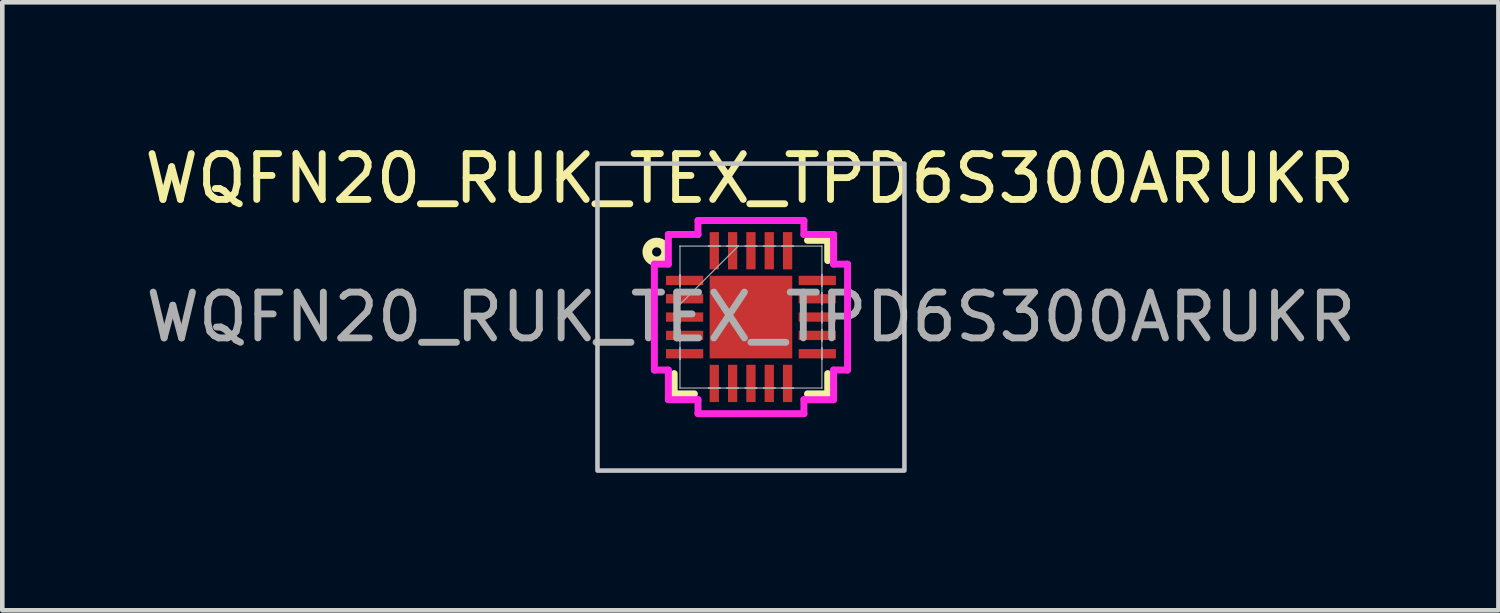
<source format=kicad_pcb>
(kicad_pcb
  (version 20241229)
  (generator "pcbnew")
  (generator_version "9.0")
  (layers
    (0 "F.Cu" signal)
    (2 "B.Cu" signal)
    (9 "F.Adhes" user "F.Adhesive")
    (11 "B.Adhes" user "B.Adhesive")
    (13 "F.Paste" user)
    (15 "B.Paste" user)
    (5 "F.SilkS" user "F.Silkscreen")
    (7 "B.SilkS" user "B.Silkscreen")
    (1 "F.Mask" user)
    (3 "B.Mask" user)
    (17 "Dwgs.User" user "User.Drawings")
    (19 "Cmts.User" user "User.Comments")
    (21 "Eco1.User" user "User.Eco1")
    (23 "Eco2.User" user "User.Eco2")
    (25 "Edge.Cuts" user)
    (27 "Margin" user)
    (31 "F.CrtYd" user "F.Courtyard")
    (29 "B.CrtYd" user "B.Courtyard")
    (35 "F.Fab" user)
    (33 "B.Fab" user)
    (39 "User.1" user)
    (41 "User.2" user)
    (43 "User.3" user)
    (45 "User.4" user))
  (footprint "WQFN20_RUK_TEX_TPD6S300ARUKR"
    (layer "F.Cu")
    (at 13.341 3.871)
    (property "Reference" "WQFN20_RUK_TEX_TPD6S300ARUKR" (at -0.025 -3.023 0) (unlocked yes) (layer "F.SilkS") (effects (font (size 1 1) (thickness 0.15))))
    (attr smd)
    (fp_line (start -1.676 1.234) (end -1.676 1.676) (stroke (width 0.152) (type solid)) (layer "F.SilkS"))
    (fp_line (start -1.676 1.676) (end -1.234 1.676) (stroke (width 0.152) (type solid)) (layer "F.SilkS"))
    (fp_line (start 1.234 1.676) (end 1.676 1.676) (stroke (width 0.152) (type solid)) (layer "F.SilkS"))
    (fp_line (start 1.676 -1.676) (end 1.234 -1.676) (stroke (width 0.152) (type solid)) (layer "F.SilkS"))
    (fp_line (start 1.676 -1.234) (end 1.676 -1.676) (stroke (width 0.152) (type solid)) (layer "F.SilkS"))
    (fp_line (start 1.676 1.676) (end 1.676 1.234) (stroke (width 0.152) (type solid)) (layer "F.SilkS"))
    (fp_circle (center -2.057 -1.422) (end -1.956 -1.422) (stroke (width 0.21) (type default)) (fill no) (layer "F.SilkS"))
    (fp_rect (start -3.35 -3.35) (end 3.35 3.35) (stroke (width 0.1) (type default)) (fill no) (layer "Dwgs.User"))
    (fp_line (start -2.108 -1.156) (end -1.803 -1.156) (stroke (width 0.152) (type solid)) (layer "F.CrtYd"))
    (fp_line (start -2.108 1.156) (end -2.108 -1.156) (stroke (width 0.152) (type solid)) (layer "F.CrtYd"))
    (fp_line (start -1.803 -1.803) (end -1.156 -1.803) (stroke (width 0.152) (type solid)) (layer "F.CrtYd"))
    (fp_line (start -1.803 -1.156) (end -1.803 -1.803) (stroke (width 0.152) (type solid)) (layer "F.CrtYd"))
    (fp_line (start -1.803 1.156) (end -2.108 1.156) (stroke (width 0.152) (type solid)) (layer "F.CrtYd"))
    (fp_line (start -1.803 1.803) (end -1.803 1.156) (stroke (width 0.152) (type solid)) (layer "F.CrtYd"))
    (fp_line (start -1.156 -2.108) (end 1.156 -2.108) (stroke (width 0.152) (type solid)) (layer "F.CrtYd"))
    (fp_line (start -1.156 -1.803) (end -1.156 -2.108) (stroke (width 0.152) (type solid)) (layer "F.CrtYd"))
    (fp_line (start -1.156 1.803) (end -1.803 1.803) (stroke (width 0.152) (type solid)) (layer "F.CrtYd"))
    (fp_line (start -1.156 2.108) (end -1.156 1.803) (stroke (width 0.152) (type solid)) (layer "F.CrtYd"))
    (fp_line (start 1.156 -2.108) (end 1.156 -1.803) (stroke (width 0.152) (type solid)) (layer "F.CrtYd"))
    (fp_line (start 1.156 -1.803) (end 1.803 -1.803) (stroke (width 0.152) (type solid)) (layer "F.CrtYd"))
    (fp_line (start 1.156 1.803) (end 1.156 2.108) (stroke (width 0.152) (type solid)) (layer "F.CrtYd"))
    (fp_line (start 1.156 2.108) (end -1.156 2.108) (stroke (width 0.152) (type solid)) (layer "F.CrtYd"))
    (fp_line (start 1.803 -1.803) (end 1.803 -1.156) (stroke (width 0.152) (type solid)) (layer "F.CrtYd"))
    (fp_line (start 1.803 -1.156) (end 2.108 -1.156) (stroke (width 0.152) (type solid)) (layer "F.CrtYd"))
    (fp_line (start 1.803 1.156) (end 1.803 1.803) (stroke (width 0.152) (type solid)) (layer "F.CrtYd"))
    (fp_line (start 1.803 1.803) (end 1.156 1.803) (stroke (width 0.152) (type solid)) (layer "F.CrtYd"))
    (fp_line (start 2.108 -1.156) (end 2.108 1.156) (stroke (width 0.152) (type solid)) (layer "F.CrtYd"))
    (fp_line (start 2.108 1.156) (end 1.803 1.156) (stroke (width 0.152) (type solid)) (layer "F.CrtYd"))
    (fp_line (start -1.549 -1.549) (end -1.549 -1.549) (stroke (width 0.025) (type solid)) (layer "F.Fab"))
    (fp_line (start -1.549 -1.549) (end -1.549 1.549) (stroke (width 0.025) (type solid)) (layer "F.Fab"))
    (fp_line (start -1.549 -0.927) (end -1.549 -0.927) (stroke (width 0.025) (type solid)) (layer "F.Fab"))
    (fp_line (start -1.549 -0.927) (end -1.549 -0.673) (stroke (width 0.025) (type solid)) (layer "F.Fab"))
    (fp_line (start -1.549 -0.673) (end -1.549 -0.927) (stroke (width 0.025) (type solid)) (layer "F.Fab"))
    (fp_line (start -1.549 -0.673) (end -1.549 -0.673) (stroke (width 0.025) (type solid)) (layer "F.Fab"))
    (fp_line (start -1.549 -0.527) (end -1.549 -0.527) (stroke (width 0.025) (type solid)) (layer "F.Fab"))
    (fp_line (start -1.549 -0.527) (end -1.549 -0.273) (stroke (width 0.025) (type solid)) (layer "F.Fab"))
    (fp_line (start -1.549 -0.279) (end -0.279 -1.549) (stroke (width 0.025) (type solid)) (layer "F.Fab"))
    (fp_line (start -1.549 -0.273) (end -1.549 -0.527) (stroke (width 0.025) (type solid)) (layer "F.Fab"))
    (fp_line (start -1.549 -0.273) (end -1.549 -0.273) (stroke (width 0.025) (type solid)) (layer "F.Fab"))
    (fp_line (start -1.549 -0.127) (end -1.549 -0.127) (stroke (width 0.025) (type solid)) (layer "F.Fab"))
    (fp_line (start -1.549 -0.127) (end -1.549 0.127) (stroke (width 0.025) (type solid)) (layer "F.Fab"))
    (fp_line (start -1.549 0.127) (end -1.549 -0.127) (stroke (width 0.025) (type solid)) (layer "F.Fab"))
    (fp_line (start -1.549 0.127) (end -1.549 0.127) (stroke (width 0.025) (type solid)) (layer "F.Fab"))
    (fp_line (start -1.549 0.273) (end -1.549 0.273) (stroke (width 0.025) (type solid)) (layer "F.Fab"))
    (fp_line (start -1.549 0.273) (end -1.549 0.527) (stroke (width 0.025) (type solid)) (layer "F.Fab"))
    (fp_line (start -1.549 0.527) (end -1.549 0.273) (stroke (width 0.025) (type solid)) (layer "F.Fab"))
    (fp_line (start -1.549 0.527) (end -1.549 0.527) (stroke (width 0.025) (type solid)) (layer "F.Fab"))
    (fp_line (start -1.549 0.673) (end -1.549 0.673) (stroke (width 0.025) (type solid)) (layer "F.Fab"))
    (fp_line (start -1.549 0.673) (end -1.549 0.927) (stroke (width 0.025) (type solid)) (layer "F.Fab"))
    (fp_line (start -1.549 0.927) (end -1.549 0.673) (stroke (width 0.025) (type solid)) (layer "F.Fab"))
    (fp_line (start -1.549 0.927) (end -1.549 0.927) (stroke (width 0.025) (type solid)) (layer "F.Fab"))
    (fp_line (start -1.549 1.549) (end -1.549 1.549) (stroke (width 0.025) (type solid)) (layer "F.Fab"))
    (fp_line (start -1.549 1.549) (end 1.549 1.549) (stroke (width 0.025) (type solid)) (layer "F.Fab"))
    (fp_line (start -0.927 -1.549) (end -0.927 -1.549) (stroke (width 0.025) (type solid)) (layer "F.Fab"))
    (fp_line (start -0.927 -1.549) (end -0.673 -1.549) (stroke (width 0.025) (type solid)) (layer "F.Fab"))
    (fp_line (start -0.927 1.549) (end -0.927 1.549) (stroke (width 0.025) (type solid)) (layer "F.Fab"))
    (fp_line (start -0.927 1.549) (end -0.673 1.549) (stroke (width 0.025) (type solid)) (layer "F.Fab"))
    (fp_line (start -0.673 -1.549) (end -0.927 -1.549) (stroke (width 0.025) (type solid)) (layer "F.Fab"))
    (fp_line (start -0.673 -1.549) (end -0.673 -1.549) (stroke (width 0.025) (type solid)) (layer "F.Fab"))
    (fp_line (start -0.673 1.549) (end -0.927 1.549) (stroke (width 0.025) (type solid)) (layer "F.Fab"))
    (fp_line (start -0.673 1.549) (end -0.673 1.549) (stroke (width 0.025) (type solid)) (layer "F.Fab"))
    (fp_line (start -0.527 -1.549) (end -0.527 -1.549) (stroke (width 0.025) (type solid)) (layer "F.Fab"))
    (fp_line (start -0.527 -1.549) (end -0.273 -1.549) (stroke (width 0.025) (type solid)) (layer "F.Fab"))
    (fp_line (start -0.527 1.549) (end -0.527 1.549) (stroke (width 0.025) (type solid)) (layer "F.Fab"))
    (fp_line (start -0.527 1.549) (end -0.273 1.549) (stroke (width 0.025) (type solid)) (layer "F.Fab"))
    (fp_line (start -0.273 -1.549) (end -0.527 -1.549) (stroke (width 0.025) (type solid)) (layer "F.Fab"))
    (fp_line (start -0.273 -1.549) (end -0.273 -1.549) (stroke (width 0.025) (type solid)) (layer "F.Fab"))
    (fp_line (start -0.273 1.549) (end -0.527 1.549) (stroke (width 0.025) (type solid)) (layer "F.Fab"))
    (fp_line (start -0.273 1.549) (end -0.273 1.549) (stroke (width 0.025) (type solid)) (layer "F.Fab"))
    (fp_line (start -0.127 -1.549) (end -0.127 -1.549) (stroke (width 0.025) (type solid)) (layer "F.Fab"))
    (fp_line (start -0.127 -1.549) (end 0.127 -1.549) (stroke (width 0.025) (type solid)) (layer "F.Fab"))
    (fp_line (start -0.127 1.549) (end -0.127 1.549) (stroke (width 0.025) (type solid)) (layer "F.Fab"))
    (fp_line (start -0.127 1.549) (end 0.127 1.549) (stroke (width 0.025) (type solid)) (layer "F.Fab"))
    (fp_line (start 0.127 -1.549) (end -0.127 -1.549) (stroke (width 0.025) (type solid)) (layer "F.Fab"))
    (fp_line (start 0.127 -1.549) (end 0.127 -1.549) (stroke (width 0.025) (type solid)) (layer "F.Fab"))
    (fp_line (start 0.127 1.549) (end -0.127 1.549) (stroke (width 0.025) (type solid)) (layer "F.Fab"))
    (fp_line (start 0.127 1.549) (end 0.127 1.549) (stroke (width 0.025) (type solid)) (layer "F.Fab"))
    (fp_line (start 0.273 -1.549) (end 0.273 -1.549) (stroke (width 0.025) (type solid)) (layer "F.Fab"))
    (fp_line (start 0.273 -1.549) (end 0.527 -1.549) (stroke (width 0.025) (type solid)) (layer "F.Fab"))
    (fp_line (start 0.273 1.549) (end 0.273 1.549) (stroke (width 0.025) (type solid)) (layer "F.Fab"))
    (fp_line (start 0.273 1.549) (end 0.527 1.549) (stroke (width 0.025) (type solid)) (layer "F.Fab"))
    (fp_line (start 0.527 -1.549) (end 0.273 -1.549) (stroke (width 0.025) (type solid)) (layer "F.Fab"))
    (fp_line (start 0.527 -1.549) (end 0.527 -1.549) (stroke (width 0.025) (type solid)) (layer "F.Fab"))
    (fp_line (start 0.527 1.549) (end 0.273 1.549) (stroke (width 0.025) (type solid)) (layer "F.Fab"))
    (fp_line (start 0.527 1.549) (end 0.527 1.549) (stroke (width 0.025) (type solid)) (layer "F.Fab"))
    (fp_line (start 0.673 -1.549) (end 0.673 -1.549) (stroke (width 0.025) (type solid)) (layer "F.Fab"))
    (fp_line (start 0.673 -1.549) (end 0.927 -1.549) (stroke (width 0.025) (type solid)) (layer "F.Fab"))
    (fp_line (start 0.673 1.549) (end 0.673 1.549) (stroke (width 0.025) (type solid)) (layer "F.Fab"))
    (fp_line (start 0.673 1.549) (end 0.927 1.549) (stroke (width 0.025) (type solid)) (layer "F.Fab"))
    (fp_line (start 0.927 -1.549) (end 0.673 -1.549) (stroke (width 0.025) (type solid)) (layer "F.Fab"))
    (fp_line (start 0.927 -1.549) (end 0.927 -1.549) (stroke (width 0.025) (type solid)) (layer "F.Fab"))
    (fp_line (start 0.927 1.549) (end 0.673 1.549) (stroke (width 0.025) (type solid)) (layer "F.Fab"))
    (fp_line (start 0.927 1.549) (end 0.927 1.549) (stroke (width 0.025) (type solid)) (layer "F.Fab"))
    (fp_line (start 1.549 -1.549) (end -1.549 -1.549) (stroke (width 0.025) (type solid)) (layer "F.Fab"))
    (fp_line (start 1.549 -1.549) (end 1.549 -1.549) (stroke (width 0.025) (type solid)) (layer "F.Fab"))
    (fp_line (start 1.549 -0.927) (end 1.549 -0.927) (stroke (width 0.025) (type solid)) (layer "F.Fab"))
    (fp_line (start 1.549 -0.927) (end 1.549 -0.673) (stroke (width 0.025) (type solid)) (layer "F.Fab"))
    (fp_line (start 1.549 -0.673) (end 1.549 -0.927) (stroke (width 0.025) (type solid)) (layer "F.Fab"))
    (fp_line (start 1.549 -0.673) (end 1.549 -0.673) (stroke (width 0.025) (type solid)) (layer "F.Fab"))
    (fp_line (start 1.549 -0.527) (end 1.549 -0.527) (stroke (width 0.025) (type solid)) (layer "F.Fab"))
    (fp_line (start 1.549 -0.527) (end 1.549 -0.273) (stroke (width 0.025) (type solid)) (layer "F.Fab"))
    (fp_line (start 1.549 -0.273) (end 1.549 -0.527) (stroke (width 0.025) (type solid)) (layer "F.Fab"))
    (fp_line (start 1.549 -0.273) (end 1.549 -0.273) (stroke (width 0.025) (type solid)) (layer "F.Fab"))
    (fp_line (start 1.549 -0.127) (end 1.549 -0.127) (stroke (width 0.025) (type solid)) (layer "F.Fab"))
    (fp_line (start 1.549 -0.127) (end 1.549 0.127) (stroke (width 0.025) (type solid)) (layer "F.Fab"))
    (fp_line (start 1.549 0.127) (end 1.549 -0.127) (stroke (width 0.025) (type solid)) (layer "F.Fab"))
    (fp_line (start 1.549 0.127) (end 1.549 0.127) (stroke (width 0.025) (type solid)) (layer "F.Fab"))
    (fp_line (start 1.549 0.273) (end 1.549 0.273) (stroke (width 0.025) (type solid)) (layer "F.Fab"))
    (fp_line (start 1.549 0.273) (end 1.549 0.527) (stroke (width 0.025) (type solid)) (layer "F.Fab"))
    (fp_line (start 1.549 0.527) (end 1.549 0.273) (stroke (width 0.025) (type solid)) (layer "F.Fab"))
    (fp_line (start 1.549 0.527) (end 1.549 0.527) (stroke (width 0.025) (type solid)) (layer "F.Fab"))
    (fp_line (start 1.549 0.673) (end 1.549 0.673) (stroke (width 0.025) (type solid)) (layer "F.Fab"))
    (fp_line (start 1.549 0.673) (end 1.549 0.927) (stroke (width 0.025) (type solid)) (layer "F.Fab"))
    (fp_line (start 1.549 0.927) (end 1.549 0.673) (stroke (width 0.025) (type solid)) (layer "F.Fab"))
    (fp_line (start 1.549 0.927) (end 1.549 0.927) (stroke (width 0.025) (type solid)) (layer "F.Fab"))
    (fp_line (start 1.549 1.549) (end 1.549 -1.549) (stroke (width 0.025) (type solid)) (layer "F.Fab"))
    (fp_line (start 1.549 1.549) (end 1.549 1.549) (stroke (width 0.025) (type solid)) (layer "F.Fab"))
    (fp_text user "${REFERENCE}" (at 0 0 0) (unlocked yes) (layer "F.Fab") (effects (font (size 1 1) (thickness 0.15))))
    (pad "1" smd rect (at -1.448 -0.8 90) (size 0.203 0.813) (layers "F.Cu" "F.Mask" "F.Paste"))
    (pad "2" smd rect (at -1.448 -0.4 90) (size 0.203 0.813) (layers "F.Cu" "F.Mask" "F.Paste"))
    (pad "3" smd rect (at -1.448 0 90) (size 0.203 0.813) (layers "F.Cu" "F.Mask" "F.Paste"))
    (pad "4" smd rect (at -1.448 0.4 90) (size 0.203 0.813) (layers "F.Cu" "F.Mask" "F.Paste"))
    (pad "5" smd rect (at -1.448 0.8 90) (size 0.203 0.813) (layers "F.Cu" "F.Mask" "F.Paste"))
    (pad "6" smd rect (at -0.8 1.448) (size 0.203 0.813) (layers "F.Cu" "F.Mask" "F.Paste"))
    (pad "7" smd rect (at -0.4 1.448) (size 0.203 0.813) (layers "F.Cu" "F.Mask" "F.Paste"))
    (pad "8" smd rect (at 0 1.448) (size 0.203 0.813) (layers "F.Cu" "F.Mask" "F.Paste"))
    (pad "9" smd rect (at 0.4 1.448) (size 0.203 0.813) (layers "F.Cu" "F.Mask" "F.Paste"))
    (pad "10" smd rect (at 0.8 1.448) (size 0.203 0.813) (layers "F.Cu" "F.Mask" "F.Paste"))
    (pad "11" smd rect (at 1.448 0.8 90) (size 0.203 0.813) (layers "F.Cu" "F.Mask" "F.Paste"))
    (pad "12" smd rect (at 1.448 0.4 90) (size 0.203 0.813) (layers "F.Cu" "F.Mask" "F.Paste"))
    (pad "13" smd rect (at 1.448 0 90) (size 0.203 0.813) (layers "F.Cu" "F.Mask" "F.Paste"))
    (pad "14" smd rect (at 1.448 -0.4 90) (size 0.203 0.813) (layers "F.Cu" "F.Mask" "F.Paste"))
    (pad "15" smd rect (at 1.448 -0.8 90) (size 0.203 0.813) (layers "F.Cu" "F.Mask" "F.Paste"))
    (pad "16" smd rect (at 0.8 -1.448) (size 0.203 0.813) (layers "F.Cu" "F.Mask" "F.Paste"))
    (pad "17" smd rect (at 0.4 -1.448) (size 0.203 0.813) (layers "F.Cu" "F.Mask" "F.Paste"))
    (pad "18" smd rect (at 0 -1.448) (size 0.203 0.813) (layers "F.Cu" "F.Mask" "F.Paste"))
    (pad "19" smd rect (at -0.4 -1.448) (size 0.203 0.813) (layers "F.Cu" "F.Mask" "F.Paste"))
    (pad "20" smd rect (at -0.8 -1.448) (size 0.203 0.813) (layers "F.Cu" "F.Mask" "F.Paste"))
    (pad "21" smd rect (at 0 0) (size 1.803 1.803) (layers "F.Cu" "F.Mask" "F.Paste")))
  (gr_rect
    (start -3 -3)
    (end 29.656 10.271)
    (stroke (width 0.1) (type default))
    (fill no)
    (layer "Edge.Cuts")))
</source>
